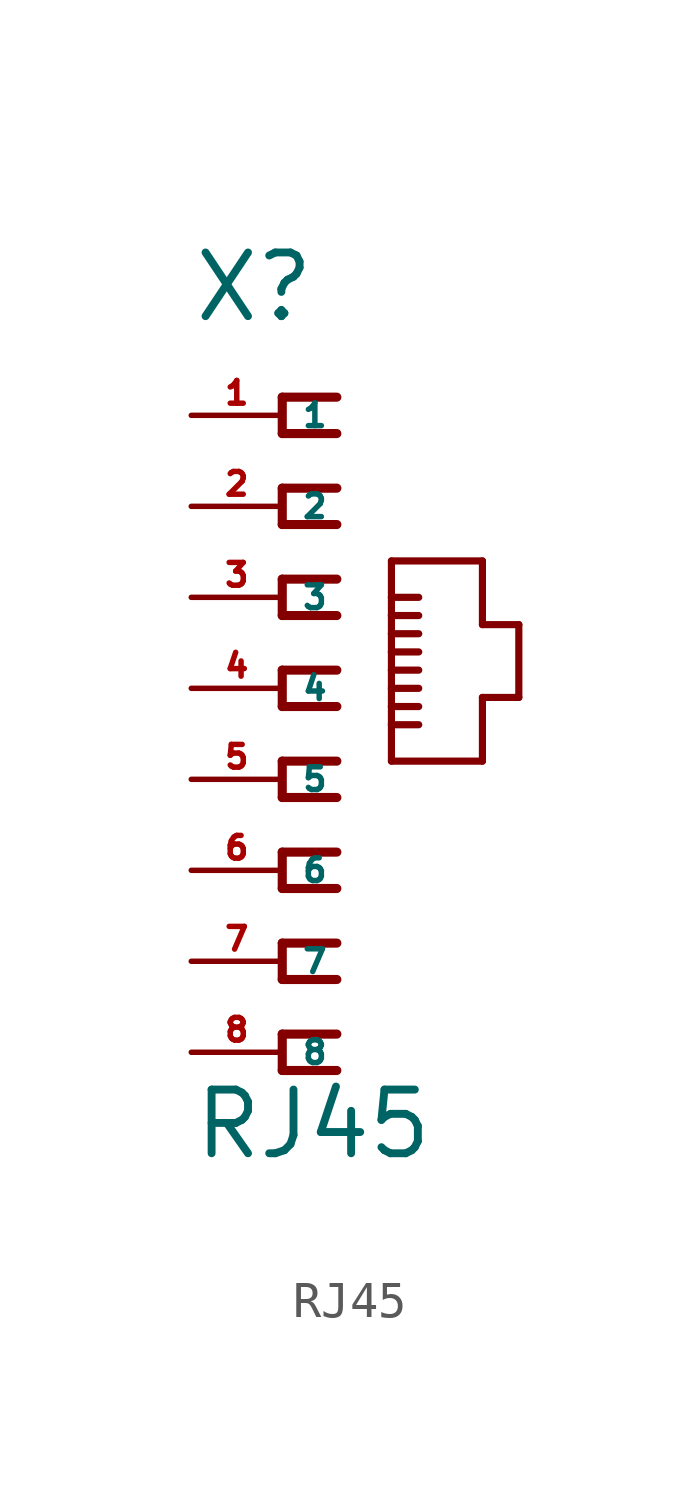
<source format=kicad_sym>
(kicad_symbol_lib
  (version 20220914)
  (generator Eagle2Kicad)
  (symbol "RJ45"
    (property "Reference" "X"
      (at -2.54 10.16 0)
      (effects (font (size 1.778 1.778) (thickness 0.22)) (justify left bottom)))
    (property "Value" "RJ45"
      (at -2.54 -13.208 0)
      (effects (font (size 1.778 1.778) (thickness 0.22)) (justify left bottom)))
    (polyline
      (pts (xy 1.524 8.128) (xy 0 8.128))
      (stroke (width 0.254) (type default))
      (fill (type none)))
    (polyline
      (pts (xy 0 8.128) (xy 0 7.112))
      (stroke (width 0.254) (type default))
      (fill (type none)))
    (polyline
      (pts (xy 0 7.112) (xy 1.524 7.112))
      (stroke (width 0.254) (type default))
      (fill (type none)))
    (polyline
      (pts (xy 1.524 5.588) (xy 0 5.588))
      (stroke (width 0.254) (type default))
      (fill (type none)))
    (polyline
      (pts (xy 0 5.588) (xy 0 4.572))
      (stroke (width 0.254) (type default))
      (fill (type none)))
    (polyline
      (pts (xy 0 4.572) (xy 1.524 4.572))
      (stroke (width 0.254) (type default))
      (fill (type none)))
    (polyline
      (pts (xy 1.524 3.048) (xy 0 3.048))
      (stroke (width 0.254) (type default))
      (fill (type none)))
    (polyline
      (pts (xy 0 3.048) (xy 0 2.032))
      (stroke (width 0.254) (type default))
      (fill (type none)))
    (polyline
      (pts (xy 0 2.032) (xy 1.524 2.032))
      (stroke (width 0.254) (type default))
      (fill (type none)))
    (polyline
      (pts (xy 1.524 0.508) (xy 0 0.508))
      (stroke (width 0.254) (type default))
      (fill (type none)))
    (polyline
      (pts (xy 0 0.508) (xy 0 -0.508))
      (stroke (width 0.254) (type default))
      (fill (type none)))
    (polyline
      (pts (xy 0 -0.508) (xy 1.524 -0.508))
      (stroke (width 0.254) (type default))
      (fill (type none)))
    (polyline
      (pts (xy 1.524 -2.032) (xy 0 -2.032))
      (stroke (width 0.254) (type default))
      (fill (type none)))
    (polyline
      (pts (xy 0 -2.032) (xy 0 -3.048))
      (stroke (width 0.254) (type default))
      (fill (type none)))
    (polyline
      (pts (xy 0 -3.048) (xy 1.524 -3.048))
      (stroke (width 0.254) (type default))
      (fill (type none)))
    (polyline
      (pts (xy 1.524 -4.572) (xy 0 -4.572))
      (stroke (width 0.254) (type default))
      (fill (type none)))
    (polyline
      (pts (xy 0 -4.572) (xy 0 -5.588))
      (stroke (width 0.254) (type default))
      (fill (type none)))
    (polyline
      (pts (xy 0 -5.588) (xy 1.524 -5.588))
      (stroke (width 0.254) (type default))
      (fill (type none)))
    (polyline
      (pts (xy 3.048 -2.032) (xy 5.588 -2.032))
      (stroke (width 0.2) (type default))
      (fill (type none)))
    (polyline
      (pts (xy 5.588 -2.032) (xy 5.588 -0.254))
      (stroke (width 0.2) (type default))
      (fill (type none)))
    (polyline
      (pts (xy 5.588 -0.254) (xy 6.604 -0.254))
      (stroke (width 0.2) (type default))
      (fill (type none)))
    (polyline
      (pts (xy 6.604 -0.254) (xy 6.604 1.778))
      (stroke (width 0.2) (type default))
      (fill (type none)))
    (polyline
      (pts (xy 6.604 1.778) (xy 5.588 1.778))
      (stroke (width 0.2) (type default))
      (fill (type none)))
    (polyline
      (pts (xy 5.588 1.778) (xy 5.588 3.556))
      (stroke (width 0.2) (type default))
      (fill (type none)))
    (polyline
      (pts (xy 5.588 3.556) (xy 3.048 3.556))
      (stroke (width 0.2) (type default))
      (fill (type none)))
    (polyline
      (pts (xy 3.048 3.556) (xy 3.048 2.54))
      (stroke (width 0.2) (type default))
      (fill (type none)))
    (polyline
      (pts (xy 3.048 2.54) (xy 3.048 2.032))
      (stroke (width 0.2) (type default))
      (fill (type none)))
    (polyline
      (pts (xy 3.048 2.032) (xy 3.048 1.524))
      (stroke (width 0.2) (type default))
      (fill (type none)))
    (polyline
      (pts (xy 3.048 1.524) (xy 3.048 1.016))
      (stroke (width 0.2) (type default))
      (fill (type none)))
    (polyline
      (pts (xy 3.048 1.016) (xy 3.048 0.508))
      (stroke (width 0.2) (type default))
      (fill (type none)))
    (polyline
      (pts (xy 3.048 0.508) (xy 3.048 0))
      (stroke (width 0.2) (type default))
      (fill (type none)))
    (polyline
      (pts (xy 3.048 0) (xy 3.048 -0.508))
      (stroke (width 0.2) (type default))
      (fill (type none)))
    (polyline
      (pts (xy 3.048 -0.508) (xy 3.048 -1.016))
      (stroke (width 0.2) (type default))
      (fill (type none)))
    (polyline
      (pts (xy 3.048 -1.016) (xy 3.048 -2.032))
      (stroke (width 0.2) (type default))
      (fill (type none)))
    (polyline
      (pts (xy 3.048 2.54) (xy 3.81 2.54))
      (stroke (width 0.2) (type default))
      (fill (type none)))
    (polyline
      (pts (xy 3.048 2.032) (xy 3.81 2.032))
      (stroke (width 0.2) (type default))
      (fill (type none)))
    (polyline
      (pts (xy 3.048 1.524) (xy 3.81 1.524))
      (stroke (width 0.2) (type default))
      (fill (type none)))
    (polyline
      (pts (xy 3.048 1.016) (xy 3.81 1.016))
      (stroke (width 0.2) (type default))
      (fill (type none)))
    (polyline
      (pts (xy 3.048 0.508) (xy 3.81 0.508))
      (stroke (width 0.2) (type default))
      (fill (type none)))
    (polyline
      (pts (xy 3.048 0) (xy 3.81 0))
      (stroke (width 0.2) (type default))
      (fill (type none)))
    (polyline
      (pts (xy 1.524 -7.112) (xy 0 -7.112))
      (stroke (width 0.254) (type default))
      (fill (type none)))
    (polyline
      (pts (xy 0 -7.112) (xy 0 -8.128))
      (stroke (width 0.254) (type default))
      (fill (type none)))
    (polyline
      (pts (xy 0 -8.128) (xy 1.524 -8.128))
      (stroke (width 0.254) (type default))
      (fill (type none)))
    (polyline
      (pts (xy 1.524 -9.652) (xy 0 -9.652))
      (stroke (width 0.254) (type default))
      (fill (type none)))
    (polyline
      (pts (xy 0 -9.652) (xy 0 -10.668))
      (stroke (width 0.254) (type default))
      (fill (type none)))
    (polyline
      (pts (xy 0 -10.668) (xy 1.524 -10.668))
      (stroke (width 0.254) (type default))
      (fill (type none)))
    (polyline
      (pts (xy 3.048 -0.508) (xy 3.81 -0.508))
      (stroke (width 0.2) (type default))
      (fill (type none)))
    (polyline
      (pts (xy 3.048 -1.016) (xy 3.81 -1.016))
      (stroke (width 0.2) (type default))
      (fill (type none)))
    (pin passive line
      (at -2.54 7.62 0)
      (length 2.54)
      (name "1" (effects (font (size 0.635 0.635) (thickness 0.08)) (justify left bottom)))
      (number "1" (effects (font (size 0.635 0.635) (thickness 0.08)) (justify left bottom))))
    (pin passive line
      (at -2.54 5.08 0)
      (length 2.54)
      (name "2" (effects (font (size 0.635 0.635) (thickness 0.08)) (justify left bottom)))
      (number "2" (effects (font (size 0.635 0.635) (thickness 0.08)) (justify left bottom))))
    (pin passive line
      (at -2.54 2.54 0)
      (length 2.54)
      (name "3" (effects (font (size 0.635 0.635) (thickness 0.08)) (justify left bottom)))
      (number "3" (effects (font (size 0.635 0.635) (thickness 0.08)) (justify left bottom))))
    (pin passive line
      (at -2.54 0 0)
      (length 2.54)
      (name "4" (effects (font (size 0.635 0.635) (thickness 0.08)) (justify left bottom)))
      (number "4" (effects (font (size 0.635 0.635) (thickness 0.08)) (justify left bottom))))
    (pin passive line
      (at -2.54 -2.54 0)
      (length 2.54)
      (name "5" (effects (font (size 0.635 0.635) (thickness 0.08)) (justify left bottom)))
      (number "5" (effects (font (size 0.635 0.635) (thickness 0.08)) (justify left bottom))))
    (pin passive line
      (at -2.54 -5.08 0)
      (length 2.54)
      (name "6" (effects (font (size 0.635 0.635) (thickness 0.08)) (justify left bottom)))
      (number "6" (effects (font (size 0.635 0.635) (thickness 0.08)) (justify left bottom))))
    (pin passive line
      (at -2.54 -7.62 0)
      (length 2.54)
      (name "7" (effects (font (size 0.635 0.635) (thickness 0.08)) (justify left bottom)))
      (number "7" (effects (font (size 0.635 0.635) (thickness 0.08)) (justify left bottom))))
    (pin passive line
      (at -2.54 -10.16 0)
      (length 2.54)
      (name "8" (effects (font (size 0.635 0.635) (thickness 0.08)) (justify left bottom)))
      (number "8" (effects (font (size 0.635 0.635) (thickness 0.08)) (justify left bottom))))))
</source>
